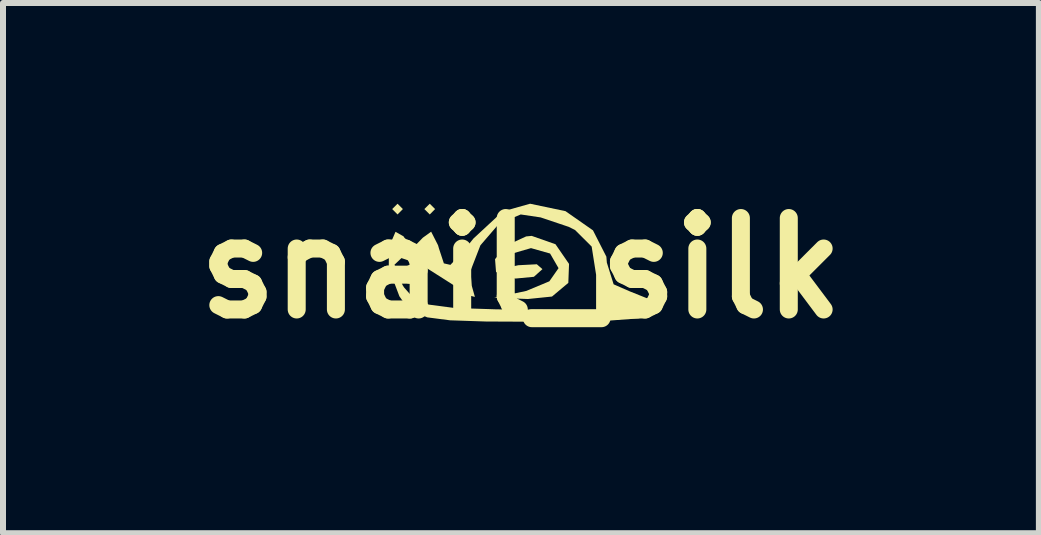
<source format=kicad_pcb>
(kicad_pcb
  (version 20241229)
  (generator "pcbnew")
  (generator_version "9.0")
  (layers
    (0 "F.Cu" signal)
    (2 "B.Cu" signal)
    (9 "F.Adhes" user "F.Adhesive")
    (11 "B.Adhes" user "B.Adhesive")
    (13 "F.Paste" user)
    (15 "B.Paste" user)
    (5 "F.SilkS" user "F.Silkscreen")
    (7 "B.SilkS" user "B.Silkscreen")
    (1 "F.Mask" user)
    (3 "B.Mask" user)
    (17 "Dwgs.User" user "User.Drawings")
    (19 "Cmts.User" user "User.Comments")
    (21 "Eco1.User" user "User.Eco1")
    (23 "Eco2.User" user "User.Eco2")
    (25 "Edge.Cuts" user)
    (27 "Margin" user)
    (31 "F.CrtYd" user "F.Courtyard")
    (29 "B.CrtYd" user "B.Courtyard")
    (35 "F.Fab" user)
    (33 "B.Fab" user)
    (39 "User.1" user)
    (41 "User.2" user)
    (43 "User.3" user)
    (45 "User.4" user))
  (footprint "snail_silk"
    (layer "F.Cu")
    (at 5.632 1.418)
    (property "Reference" "snail_silk" (at 0 0 0) (layer "F.SilkS") (effects (font (size 1.524 1.524) (thickness 0.3))))
    (attr board_only exclude_from_pos_files exclude_from_bom)
    (fp_poly (pts (xy -1.968 -0.984) (xy -2.057 -0.894) (xy -2.146 -0.984) (xy -2.057 -1.073)) (stroke (width 0) (type solid)) (fill yes) (layer "F.SilkS"))
    (fp_poly (pts (xy -1.431 -0.984) (xy -1.52 -0.894) (xy -1.61 -0.984) (xy -1.52 -1.073)) (stroke (width 0) (type solid)) (fill yes) (layer "F.SilkS"))
    (fp_poly (pts (xy 0.575 -0.398) (xy 0.801 -0.07) (xy 0.789 0.246) (xy 0.517 0.474) (xy 0.115 0.515) (xy -0.447 0.494) (xy 0.089 0.38) (xy 0.473 0.22) (xy 0.626 0.001) (xy 0.485 -0.243) (xy 0.167 -0.333) (xy -0.168 -0.236) (xy -0.243 -0.171) (xy -0.327 -0.023) (xy -0.122 -0.031) (xy -0.045 -0.048) (xy 0.264 -0.064) (xy 0.358 0.017) (xy 0.215 0.145) (xy -0.091 0.174) (xy -0.375 0.094) (xy -0.416 0.061) (xy -0.432 -0.15) (xy -0.227 -0.384) (xy 0.086 -0.528) (xy 0.179 -0.537)) (stroke (width 0) (type solid)) (fill yes) (layer "F.SilkS"))
    (fp_poly (pts (xy 0.742 -0.949) (xy 1.2 -0.629) (xy 1.423 -0.191) (xy 1.431 -0.092) (xy 1.544 0.27) (xy 1.819 0.39) (xy 2.161 0.527) (xy 2.282 0.671) (xy 2.227 0.772) (xy 1.956 0.839) (xy 1.425 0.878) (xy 0.592 0.894) (xy 0.304 0.894) (xy -0.583 0.89) (xy -1.181 0.87) (xy -1.561 0.821) (xy -1.793 0.73) (xy -1.945 0.585) (xy -2.026 0.47) (xy -2.203 0.002) (xy -2.203 -0.056) (xy -2.108 -0.056) (xy -1.974 0.281) (xy -1.949 0.321) (xy -1.791 0.5) (xy -1.537 0.608) (xy -1.105 0.665) (xy -0.413 0.687) (xy -0.237 0.689) (xy 1.252 0.702) (xy 1.252 0.662) (xy 1.543 0.662) (xy 1.789 0.687) (xy 2.043 0.659) (xy 2.012 0.597) (xy 1.646 0.573) (xy 1.565 0.597) (xy 1.543 0.662) (xy 1.252 0.662) (xy 1.252 0.111) (xy 1.178 -0.359) (xy 0.902 -0.634) (xy 0.797 -0.687) (xy 0.327 -0.845) (xy -0.004 -0.894) (xy -0.364 -0.742) (xy -0.676 -0.38) (xy -0.841 0.046) (xy -0.821 0.291) (xy -0.768 0.48) (xy -0.883 0.451) (xy -1.114 0.29) (xy -1.652 -0.052) (xy -1.992 -0.167) (xy -2.108 -0.056) (xy -2.203 -0.056) (xy -2.2 -0.35) (xy -2.091 -0.605) (xy -1.958 -0.53) (xy -1.943 -0.507) (xy -1.781 -0.358) (xy -1.635 -0.507) (xy -1.497 -0.607) (xy -1.382 -0.381) (xy -1.367 -0.328) (xy -1.285 -0.079) (xy -1.176 -0.054) (xy -0.965 -0.277) (xy -0.793 -0.492) (xy -0.304 -0.945) (xy 0.152 -1.073)) (stroke (width 0) (type solid)) (fill yes) (layer "F.SilkS")))
  (gr_rect
    (start -3 -3)
    (end 14.263 5.836)
    (stroke (width 0.1) (type default))
    (fill no)
    (layer "Edge.Cuts")))
</source>
